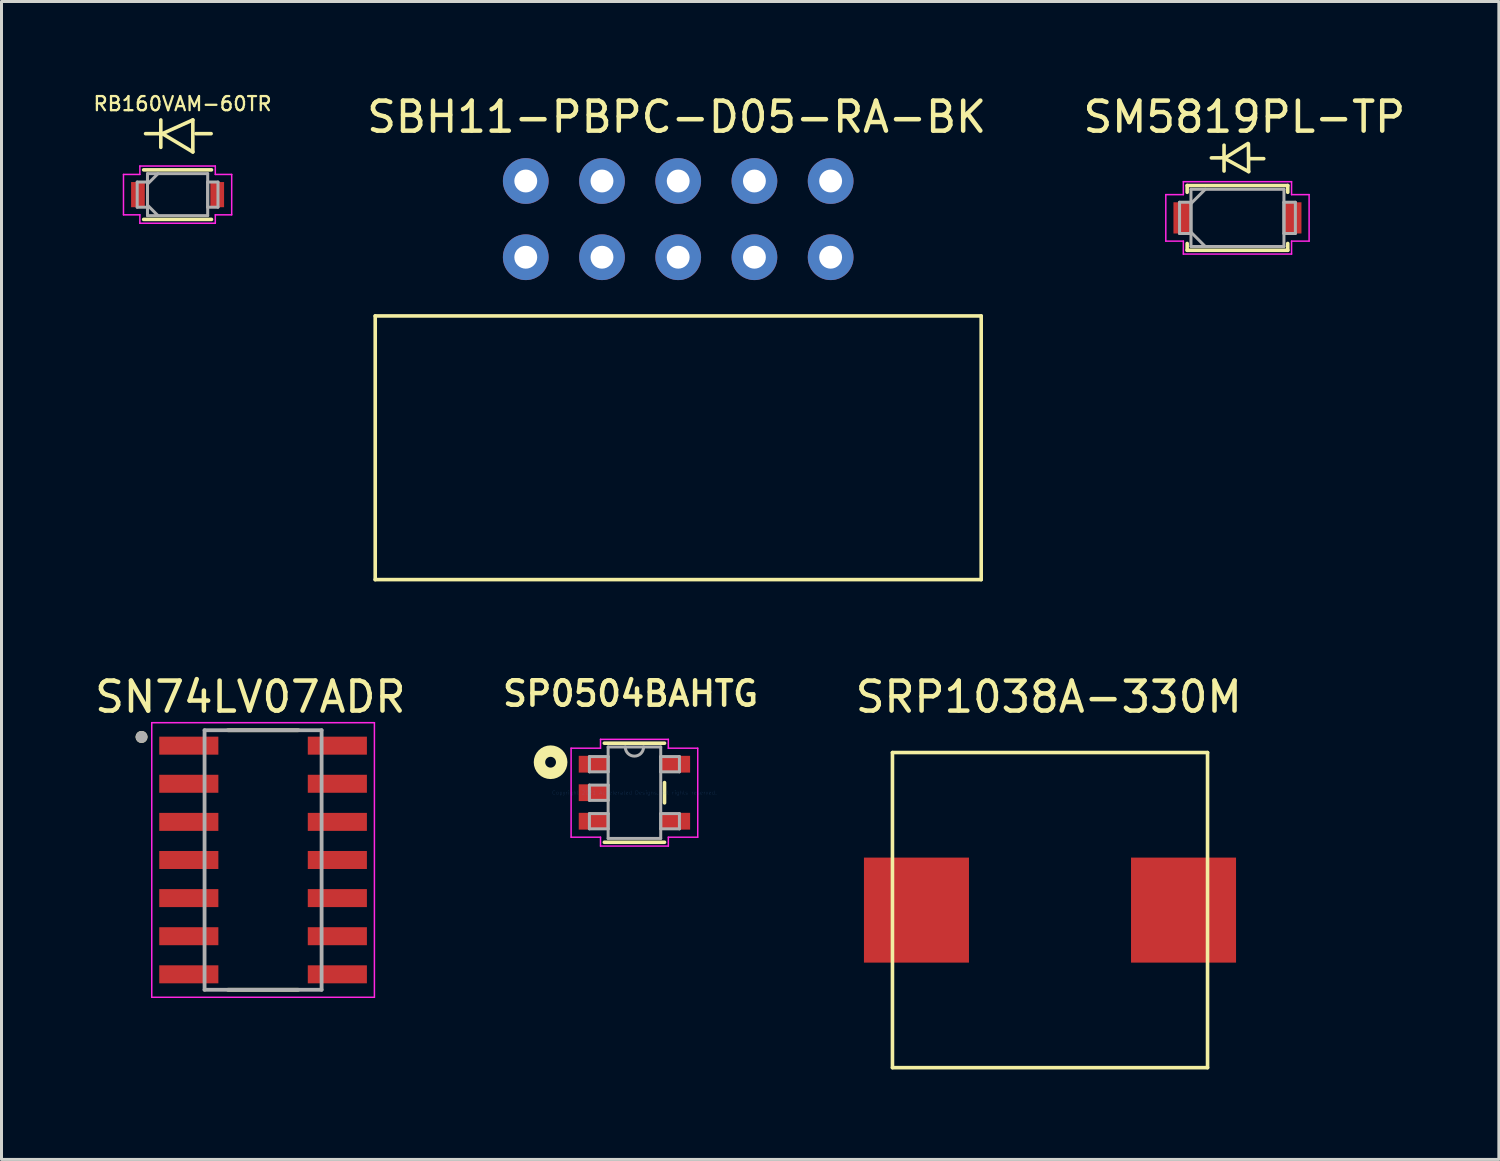
<source format=kicad_pcb>
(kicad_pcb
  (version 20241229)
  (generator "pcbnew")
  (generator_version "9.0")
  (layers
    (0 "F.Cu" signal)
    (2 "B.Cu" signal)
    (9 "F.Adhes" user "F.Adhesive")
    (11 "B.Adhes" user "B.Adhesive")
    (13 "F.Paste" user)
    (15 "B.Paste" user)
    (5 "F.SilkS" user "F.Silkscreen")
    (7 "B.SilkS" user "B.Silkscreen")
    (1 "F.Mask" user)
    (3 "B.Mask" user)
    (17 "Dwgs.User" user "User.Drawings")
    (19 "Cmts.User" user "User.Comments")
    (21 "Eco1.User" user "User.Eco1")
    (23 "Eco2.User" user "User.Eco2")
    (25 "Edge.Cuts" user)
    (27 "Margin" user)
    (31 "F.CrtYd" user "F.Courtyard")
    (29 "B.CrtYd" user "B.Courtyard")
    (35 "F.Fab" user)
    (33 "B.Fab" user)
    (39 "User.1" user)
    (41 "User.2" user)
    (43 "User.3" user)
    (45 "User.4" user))
  (footprint "RB160VAM-60TR"
    (layer "F.Cu")
    (at 2.868 3.436)
    (property "Reference" "RB160VAM-60TR" (at 0.165 -3.028 0) (layer "F.SilkS") (effects (font (size 0.47 0.47) (thickness 0.076))))
    (attr through_hole)
    (fp_line (start -1.13 0.826) (end 1.13 0.826) (stroke (width 0.12) (type solid)) (layer "F.SilkS"))
    (fp_line (start -0.559 -2.489) (end -0.559 -1.575) (stroke (width 0.12) (type solid)) (layer "F.SilkS"))
    (fp_line (start -0.508 -2.032) (end -1.067 -2.032) (stroke (width 0.12) (type solid)) (layer "F.SilkS"))
    (fp_line (start -0.508 -2.032) (end 0.508 -2.489) (stroke (width 0.12) (type solid)) (layer "F.SilkS"))
    (fp_line (start 0.508 -2.489) (end 0.508 -1.422) (stroke (width 0.12) (type solid)) (layer "F.SilkS"))
    (fp_line (start 0.508 -1.422) (end -0.508 -2.032) (stroke (width 0.12) (type solid)) (layer "F.SilkS"))
    (fp_line (start 0.61 -2.032) (end 1.118 -2.032) (stroke (width 0.12) (type solid)) (layer "F.SilkS"))
    (fp_line (start 1.13 -0.826) (end -1.13 -0.826) (stroke (width 0.12) (type solid)) (layer "F.SilkS"))
    (fp_line (start -1.803 -0.673) (end -1.257 -0.673) (stroke (width 0.05) (type solid)) (layer "F.CrtYd"))
    (fp_line (start -1.803 0.673) (end -1.803 -0.673) (stroke (width 0.05) (type solid)) (layer "F.CrtYd"))
    (fp_line (start -1.257 -0.953) (end 1.257 -0.953) (stroke (width 0.05) (type solid)) (layer "F.CrtYd"))
    (fp_line (start -1.257 -0.673) (end -1.257 -0.953) (stroke (width 0.05) (type solid)) (layer "F.CrtYd"))
    (fp_line (start -1.257 0.673) (end -1.803 0.673) (stroke (width 0.05) (type solid)) (layer "F.CrtYd"))
    (fp_line (start -1.257 0.953) (end -1.257 0.673) (stroke (width 0.05) (type solid)) (layer "F.CrtYd"))
    (fp_line (start 1.257 -0.953) (end 1.257 -0.673) (stroke (width 0.05) (type solid)) (layer "F.CrtYd"))
    (fp_line (start 1.257 -0.673) (end 1.803 -0.673) (stroke (width 0.05) (type solid)) (layer "F.CrtYd"))
    (fp_line (start 1.257 0.673) (end 1.257 0.953) (stroke (width 0.05) (type solid)) (layer "F.CrtYd"))
    (fp_line (start 1.257 0.953) (end -1.257 0.953) (stroke (width 0.05) (type solid)) (layer "F.CrtYd"))
    (fp_line (start 1.803 -0.673) (end 1.803 0.673) (stroke (width 0.05) (type solid)) (layer "F.CrtYd"))
    (fp_line (start 1.803 0.673) (end 1.257 0.673) (stroke (width 0.05) (type solid)) (layer "F.CrtYd"))
    (fp_line (start -1.346 -0.419) (end -1.346 0.419) (stroke (width 0.1) (type solid)) (layer "F.Fab"))
    (fp_line (start -1.346 0.419) (end -1.003 0.419) (stroke (width 0.1) (type solid)) (layer "F.Fab"))
    (fp_line (start -1.003 -0.699) (end -1.003 0.699) (stroke (width 0.1) (type solid)) (layer "F.Fab"))
    (fp_line (start -1.003 -0.419) (end -1.346 -0.419) (stroke (width 0.1) (type solid)) (layer "F.Fab"))
    (fp_line (start -1.003 -0.349) (end -0.654 -0.699) (stroke (width 0.1) (type solid)) (layer "F.Fab"))
    (fp_line (start -1.003 0.349) (end -0.654 0.699) (stroke (width 0.1) (type solid)) (layer "F.Fab"))
    (fp_line (start -1.003 0.419) (end -1.003 -0.419) (stroke (width 0.1) (type solid)) (layer "F.Fab"))
    (fp_line (start -1.003 0.699) (end 1.003 0.699) (stroke (width 0.1) (type solid)) (layer "F.Fab"))
    (fp_line (start 1.003 -0.699) (end -1.003 -0.699) (stroke (width 0.1) (type solid)) (layer "F.Fab"))
    (fp_line (start 1.003 -0.419) (end 1.003 0.419) (stroke (width 0.1) (type solid)) (layer "F.Fab"))
    (fp_line (start 1.003 0.419) (end 1.346 0.419) (stroke (width 0.1) (type solid)) (layer "F.Fab"))
    (fp_line (start 1.003 0.699) (end 1.003 -0.699) (stroke (width 0.1) (type solid)) (layer "F.Fab"))
    (fp_line (start 1.346 -0.419) (end 1.003 -0.419) (stroke (width 0.1) (type solid)) (layer "F.Fab"))
    (fp_line (start 1.346 0.419) (end 1.346 -0.419) (stroke (width 0.1) (type solid)) (layer "F.Fab"))
    (pad "1" smd rect (at -1.321 0) (size 0.457 0.838) (layers "F.Cu" "F.Mask" "F.Paste"))
    (pad "2" smd rect (at 1.321 0) (size 0.457 0.838) (layers "F.Cu" "F.Mask" "F.Paste")))
  (footprint "SN74LV07ADR"
    (layer "F.Cu")
    (at 5.717 25.609)
    (property "Reference" "SN74LV07ADR" (at -0.425 -5.435 0) (layer "F.SilkS") (effects (font (size 1 1) (thickness 0.15))))
    (attr through_hole)
    (fp_line (start -1.17 -4.325) (end 1.17 -4.325) (stroke (width 0.127) (type solid)) (layer "F.SilkS"))
    (fp_line (start -1.17 4.325) (end 1.17 4.325) (stroke (width 0.127) (type solid)) (layer "F.SilkS"))
    (fp_circle (center -4.05 -4.1) (end -3.95 -4.1) (stroke (width 0.2) (type solid)) (fill no) (layer "F.SilkS"))
    (fp_line (start -3.71 -4.575) (end 3.71 -4.575) (stroke (width 0.05) (type solid)) (layer "F.CrtYd"))
    (fp_line (start -3.71 4.575) (end -3.71 -4.575) (stroke (width 0.05) (type solid)) (layer "F.CrtYd"))
    (fp_line (start 3.71 -4.575) (end 3.71 4.575) (stroke (width 0.05) (type solid)) (layer "F.CrtYd"))
    (fp_line (start 3.71 4.575) (end -3.71 4.575) (stroke (width 0.05) (type solid)) (layer "F.CrtYd"))
    (fp_line (start -1.95 -4.325) (end 1.95 -4.325) (stroke (width 0.127) (type solid)) (layer "F.Fab"))
    (fp_line (start -1.95 4.325) (end -1.95 -4.325) (stroke (width 0.127) (type solid)) (layer "F.Fab"))
    (fp_line (start 1.95 -4.325) (end 1.95 4.325) (stroke (width 0.127) (type solid)) (layer "F.Fab"))
    (fp_line (start 1.95 4.325) (end -1.95 4.325) (stroke (width 0.127) (type solid)) (layer "F.Fab"))
    (fp_circle (center -4.05 -4.1) (end -3.95 -4.1) (stroke (width 0.2) (type solid)) (fill no) (layer "F.Fab"))
    (pad "1" smd rect (at -2.475 -3.81) (size 1.97 0.6) (layers "F.Cu" "F.Mask" "F.Paste"))
    (pad "2" smd rect (at -2.475 -2.54) (size 1.97 0.6) (layers "F.Cu" "F.Mask" "F.Paste"))
    (pad "3" smd rect (at -2.475 -1.27) (size 1.97 0.6) (layers "F.Cu" "F.Mask" "F.Paste"))
    (pad "4" smd rect (at -2.475 0) (size 1.97 0.6) (layers "F.Cu" "F.Mask" "F.Paste"))
    (pad "5" smd rect (at -2.475 1.27) (size 1.97 0.6) (layers "F.Cu" "F.Mask" "F.Paste"))
    (pad "6" smd rect (at -2.475 2.54) (size 1.97 0.6) (layers "F.Cu" "F.Mask" "F.Paste"))
    (pad "7" smd rect (at -2.475 3.81) (size 1.97 0.6) (layers "F.Cu" "F.Mask" "F.Paste"))
    (pad "8" smd rect (at 2.475 3.81) (size 1.97 0.6) (layers "F.Cu" "F.Mask" "F.Paste"))
    (pad "9" smd rect (at 2.475 2.54) (size 1.97 0.6) (layers "F.Cu" "F.Mask" "F.Paste"))
    (pad "10" smd rect (at 2.475 1.27) (size 1.97 0.6) (layers "F.Cu" "F.Mask" "F.Paste"))
    (pad "11" smd rect (at 2.475 0) (size 1.97 0.6) (layers "F.Cu" "F.Mask" "F.Paste"))
    (pad "12" smd rect (at 2.475 -1.27) (size 1.97 0.6) (layers "F.Cu" "F.Mask" "F.Paste"))
    (pad "13" smd rect (at 2.475 -2.54) (size 1.97 0.6) (layers "F.Cu" "F.Mask" "F.Paste"))
    (pad "14" smd rect (at 2.475 -3.81) (size 1.97 0.6) (layers "F.Cu" "F.Mask" "F.Paste")))
  (footprint "SRP1038A-330M"
    (layer "F.Cu")
    (at 31.941 27.279)
    (property "Reference" "SRP1038A-330M" (at -0.041 -7.104 0) (layer "F.SilkS") (effects (font (size 1 1) (thickness 0.15))))
    (attr smd)
    (fp_line (start -5.25 -5.25) (end 5.25 -5.25) (stroke (width 0.12) (type solid)) (layer "F.SilkS"))
    (fp_line (start -5.25 5.25) (end -5.25 -5.25) (stroke (width 0.12) (type solid)) (layer "F.SilkS"))
    (fp_line (start 5.25 -5.25) (end 5.25 5.25) (stroke (width 0.12) (type solid)) (layer "F.SilkS"))
    (fp_line (start 5.25 5.25) (end -5.25 5.25) (stroke (width 0.12) (type solid)) (layer "F.SilkS"))
    (pad "1" smd rect (at 4.45 0) (size 3.5 3.5) (layers "F.Cu" "F.Mask" "F.Paste"))
    (pad "2" smd rect (at -4.45 0) (size 3.5 3.5) (layers "F.Cu" "F.Mask" "F.Paste")))
  (footprint "SM5819PL-TP"
    (layer "F.Cu")
    (at 38.188 4.211)
    (property "Reference" "SM5819PL-TP" (at 0.229 -3.363 0) (layer "F.SilkS") (effects (font (size 1 1) (thickness 0.15))))
    (attr through_hole)
    (fp_line (start -1.676 -1.079) (end -1.676 -0.853) (stroke (width 0.12) (type solid)) (layer "F.SilkS"))
    (fp_line (start -1.676 0.853) (end -1.676 1.079) (stroke (width 0.12) (type solid)) (layer "F.SilkS"))
    (fp_line (start -1.676 1.079) (end 1.676 1.079) (stroke (width 0.12) (type solid)) (layer "F.SilkS"))
    (fp_line (start -0.447 -1.562) (end -0.447 -2.423) (stroke (width 0.12) (type solid)) (layer "F.SilkS"))
    (fp_line (start -0.439 -2.002) (end -0.869 -1.999) (stroke (width 0.12) (type solid)) (layer "F.SilkS"))
    (fp_line (start -0.434 -1.986) (end 0.351 -2.479) (stroke (width 0.12) (type solid)) (layer "F.SilkS"))
    (fp_line (start 0.366 -2.459) (end 0.373 -1.542) (stroke (width 0.12) (type solid)) (layer "F.SilkS"))
    (fp_line (start 0.373 -1.542) (end -0.434 -1.986) (stroke (width 0.12) (type solid)) (layer "F.SilkS"))
    (fp_line (start 0.401 -1.974) (end 0.876 -1.974) (stroke (width 0.12) (type solid)) (layer "F.SilkS"))
    (fp_line (start 1.676 -1.079) (end -1.676 -1.079) (stroke (width 0.12) (type solid)) (layer "F.SilkS"))
    (fp_line (start 1.676 -0.853) (end 1.676 -1.079) (stroke (width 0.12) (type solid)) (layer "F.SilkS"))
    (fp_line (start 1.676 1.079) (end 1.676 0.853) (stroke (width 0.12) (type solid)) (layer "F.SilkS"))
    (fp_line (start -2.388 -0.775) (end -1.803 -0.775) (stroke (width 0.05) (type solid)) (layer "F.CrtYd"))
    (fp_line (start -2.388 0.775) (end -2.388 -0.775) (stroke (width 0.05) (type solid)) (layer "F.CrtYd"))
    (fp_line (start -1.803 -1.206) (end 1.803 -1.206) (stroke (width 0.05) (type solid)) (layer "F.CrtYd"))
    (fp_line (start -1.803 -0.775) (end -1.803 -1.206) (stroke (width 0.05) (type solid)) (layer "F.CrtYd"))
    (fp_line (start -1.803 0.775) (end -2.388 0.775) (stroke (width 0.05) (type solid)) (layer "F.CrtYd"))
    (fp_line (start -1.803 1.206) (end -1.803 0.775) (stroke (width 0.05) (type solid)) (layer "F.CrtYd"))
    (fp_line (start 1.803 -1.206) (end 1.803 -0.775) (stroke (width 0.05) (type solid)) (layer "F.CrtYd"))
    (fp_line (start 1.803 -0.775) (end 2.388 -0.775) (stroke (width 0.05) (type solid)) (layer "F.CrtYd"))
    (fp_line (start 1.803 0.775) (end 1.803 1.206) (stroke (width 0.05) (type solid)) (layer "F.CrtYd"))
    (fp_line (start 1.803 1.206) (end -1.803 1.206) (stroke (width 0.05) (type solid)) (layer "F.CrtYd"))
    (fp_line (start 2.388 -0.775) (end 2.388 0.775) (stroke (width 0.05) (type solid)) (layer "F.CrtYd"))
    (fp_line (start 2.388 0.775) (end 1.803 0.775) (stroke (width 0.05) (type solid)) (layer "F.CrtYd"))
    (fp_line (start -1.93 -0.521) (end -1.93 0.521) (stroke (width 0.1) (type solid)) (layer "F.Fab"))
    (fp_line (start -1.93 0.521) (end -1.549 0.521) (stroke (width 0.1) (type solid)) (layer "F.Fab"))
    (fp_line (start -1.549 -0.953) (end -1.549 0.953) (stroke (width 0.1) (type solid)) (layer "F.Fab"))
    (fp_line (start -1.549 -0.521) (end -1.93 -0.521) (stroke (width 0.1) (type solid)) (layer "F.Fab"))
    (fp_line (start -1.549 -0.476) (end -1.073 -0.953) (stroke (width 0.1) (type solid)) (layer "F.Fab"))
    (fp_line (start -1.549 0.476) (end -1.073 0.953) (stroke (width 0.1) (type solid)) (layer "F.Fab"))
    (fp_line (start -1.549 0.521) (end -1.549 -0.521) (stroke (width 0.1) (type solid)) (layer "F.Fab"))
    (fp_line (start -1.549 0.953) (end 1.549 0.953) (stroke (width 0.1) (type solid)) (layer "F.Fab"))
    (fp_line (start 1.549 -0.953) (end -1.549 -0.953) (stroke (width 0.1) (type solid)) (layer "F.Fab"))
    (fp_line (start 1.549 -0.521) (end 1.549 0.521) (stroke (width 0.1) (type solid)) (layer "F.Fab"))
    (fp_line (start 1.549 0.521) (end 1.93 0.521) (stroke (width 0.1) (type solid)) (layer "F.Fab"))
    (fp_line (start 1.549 0.953) (end 1.549 -0.953) (stroke (width 0.1) (type solid)) (layer "F.Fab"))
    (fp_line (start 1.93 -0.521) (end 1.549 -0.521) (stroke (width 0.1) (type solid)) (layer "F.Fab"))
    (fp_line (start 1.93 0.521) (end 1.93 -0.521) (stroke (width 0.1) (type solid)) (layer "F.Fab"))
    (pad "1" smd rect (at -1.841 0) (size 0.584 1.041) (layers "F.Cu" "F.Mask" "F.Paste"))
    (pad "2" smd rect (at 1.841 0) (size 0.584 1.041) (layers "F.Cu" "F.Mask" "F.Paste")))
  (footprint "SBH11-PBPC-D05-RA-BK"
    (layer "F.Cu")
    (at 19.551 4.252)
    (property "Reference" "SBH11-PBPC-D05-RA-BK" (at -0.051 -3.404 0) (layer "F.SilkS") (effects (font (size 1 1) (thickness 0.15))))
    (attr through_hole)
    (fp_line (start -10.097 3.226) (end -10.097 12.014) (stroke (width 0.12) (type solid)) (layer "F.SilkS"))
    (fp_line (start -10.097 3.226) (end 10.097 3.226) (stroke (width 0.12) (type solid)) (layer "F.SilkS"))
    (fp_line (start -10.097 12.014) (end 10.097 12.014) (stroke (width 0.12) (type solid)) (layer "F.SilkS"))
    (fp_line (start 10.097 3.226) (end 10.097 12.014) (stroke (width 0.12) (type solid)) (layer "F.SilkS"))
    (pad "A1" thru_hole circle (at -5.08 -1.27) (size 1.524 1.524) (drill 0.762) (layers "*.Cu" "*.Mask"))
    (pad "A2" thru_hole circle (at -2.54 -1.27) (size 1.524 1.524) (drill 0.762) (layers "*.Cu" "*.Mask"))
    (pad "A3" thru_hole circle (at 0 -1.27) (size 1.524 1.524) (drill 0.762) (layers "*.Cu" "*.Mask"))
    (pad "A4" thru_hole circle (at 2.54 -1.27) (size 1.524 1.524) (drill 0.762) (layers "*.Cu" "*.Mask"))
    (pad "A5" thru_hole circle (at 5.08 -1.27) (size 1.524 1.524) (drill 0.762) (layers "*.Cu" "*.Mask"))
    (pad "B1" thru_hole circle (at -5.08 1.27) (size 1.524 1.524) (drill 0.762) (layers "*.Cu" "*.Mask"))
    (pad "B2" thru_hole circle (at -2.54 1.27) (size 1.524 1.524) (drill 0.762) (layers "*.Cu" "*.Mask"))
    (pad "B3" thru_hole circle (at 0 1.27) (size 1.524 1.524) (drill 0.762) (layers "*.Cu" "*.Mask"))
    (pad "B4" thru_hole circle (at 2.54 1.27) (size 1.524 1.524) (drill 0.762) (layers "*.Cu" "*.Mask"))
    (pad "B5" thru_hole circle (at 5.08 1.27) (size 1.524 1.524) (drill 0.762) (layers "*.Cu" "*.Mask")))
  (footprint "SP0504BAHTG"
    (layer "F.Cu")
    (at 18.092 23.367)
    (property "Reference" "SP0504BAHTG" (at -0.127 -3.302 0) (layer "F.SilkS") (effects (font (size 0.813 0.813) (thickness 0.15))))
    (attr through_hole)
    (fp_line (start -1.003 1.651) (end 1.003 1.651) (stroke (width 0.12) (type solid)) (layer "F.SilkS"))
    (fp_line (start 1.003 -1.651) (end -1.003 -1.651) (stroke (width 0.12) (type solid)) (layer "F.SilkS"))
    (fp_line (start 1.003 0.338) (end 1.003 -0.338) (stroke (width 0.12) (type solid)) (layer "F.SilkS"))
    (fp_circle (center -2.794 -1.016) (end -2.614 -1.016) (stroke (width 0.381) (type solid)) (fill no) (layer "F.SilkS"))
    (fp_line (start -2.11 -1.483) (end -1.13 -1.483) (stroke (width 0.05) (type solid)) (layer "F.CrtYd"))
    (fp_line (start -2.11 1.483) (end -2.11 -1.483) (stroke (width 0.05) (type solid)) (layer "F.CrtYd"))
    (fp_line (start -1.13 -1.778) (end 1.13 -1.778) (stroke (width 0.05) (type solid)) (layer "F.CrtYd"))
    (fp_line (start -1.13 -1.483) (end -1.13 -1.778) (stroke (width 0.05) (type solid)) (layer "F.CrtYd"))
    (fp_line (start -1.13 1.483) (end -2.11 1.483) (stroke (width 0.05) (type solid)) (layer "F.CrtYd"))
    (fp_line (start -1.13 1.778) (end -1.13 1.483) (stroke (width 0.05) (type solid)) (layer "F.CrtYd"))
    (fp_line (start 1.13 -1.778) (end 1.13 -1.483) (stroke (width 0.05) (type solid)) (layer "F.CrtYd"))
    (fp_line (start 1.13 -1.483) (end 2.11 -1.483) (stroke (width 0.05) (type solid)) (layer "F.CrtYd"))
    (fp_line (start 1.13 1.483) (end 1.13 1.778) (stroke (width 0.05) (type solid)) (layer "F.CrtYd"))
    (fp_line (start 1.13 1.778) (end -1.13 1.778) (stroke (width 0.05) (type solid)) (layer "F.CrtYd"))
    (fp_line (start 2.11 -1.483) (end 2.11 1.483) (stroke (width 0.05) (type solid)) (layer "F.CrtYd"))
    (fp_line (start 2.11 1.483) (end 1.13 1.483) (stroke (width 0.05) (type solid)) (layer "F.CrtYd"))
    (fp_line (start -1.5 -1.204) (end -1.5 -0.696) (stroke (width 0.1) (type solid)) (layer "F.Fab"))
    (fp_line (start -1.5 -0.696) (end -0.876 -0.696) (stroke (width 0.1) (type solid)) (layer "F.Fab"))
    (fp_line (start -1.5 -0.254) (end -1.5 0.254) (stroke (width 0.1) (type solid)) (layer "F.Fab"))
    (fp_line (start -1.5 0.254) (end -0.876 0.254) (stroke (width 0.1) (type solid)) (layer "F.Fab"))
    (fp_line (start -1.5 0.696) (end -1.5 1.204) (stroke (width 0.1) (type solid)) (layer "F.Fab"))
    (fp_line (start -1.5 1.204) (end -0.876 1.204) (stroke (width 0.1) (type solid)) (layer "F.Fab"))
    (fp_line (start -0.876 -1.524) (end -0.876 1.524) (stroke (width 0.1) (type solid)) (layer "F.Fab"))
    (fp_line (start -0.876 -1.204) (end -1.5 -1.204) (stroke (width 0.1) (type solid)) (layer "F.Fab"))
    (fp_line (start -0.876 -0.696) (end -0.876 -1.204) (stroke (width 0.1) (type solid)) (layer "F.Fab"))
    (fp_line (start -0.876 -0.254) (end -1.5 -0.254) (stroke (width 0.1) (type solid)) (layer "F.Fab"))
    (fp_line (start -0.876 0.254) (end -0.876 -0.254) (stroke (width 0.1) (type solid)) (layer "F.Fab"))
    (fp_line (start -0.876 0.696) (end -1.5 0.696) (stroke (width 0.1) (type solid)) (layer "F.Fab"))
    (fp_line (start -0.876 1.204) (end -0.876 0.696) (stroke (width 0.1) (type solid)) (layer "F.Fab"))
    (fp_line (start -0.876 1.524) (end 0.876 1.524) (stroke (width 0.1) (type solid)) (layer "F.Fab"))
    (fp_line (start 0.876 -1.524) (end -0.876 -1.524) (stroke (width 0.1) (type solid)) (layer "F.Fab"))
    (fp_line (start 0.876 -1.204) (end 0.876 -0.696) (stroke (width 0.1) (type solid)) (layer "F.Fab"))
    (fp_line (start 0.876 -0.696) (end 1.5 -0.696) (stroke (width 0.1) (type solid)) (layer "F.Fab"))
    (fp_line (start 0.876 0.696) (end 0.876 1.204) (stroke (width 0.1) (type solid)) (layer "F.Fab"))
    (fp_line (start 0.876 1.204) (end 1.5 1.204) (stroke (width 0.1) (type solid)) (layer "F.Fab"))
    (fp_line (start 0.876 1.524) (end 0.876 -1.524) (stroke (width 0.1) (type solid)) (layer "F.Fab"))
    (fp_line (start 1.5 -1.204) (end 0.876 -1.204) (stroke (width 0.1) (type solid)) (layer "F.Fab"))
    (fp_line (start 1.5 -0.696) (end 1.5 -1.204) (stroke (width 0.1) (type solid)) (layer "F.Fab"))
    (fp_line (start 1.5 0.696) (end 0.876 0.696) (stroke (width 0.1) (type solid)) (layer "F.Fab"))
    (fp_line (start 1.5 1.204) (end 1.5 0.696) (stroke (width 0.1) (type solid)) (layer "F.Fab"))
    (fp_arc (start 0.3048 -1.524) (mid 0 -1.2192) (end -0.3048 -1.524) (stroke (width 0.1) (type solid)) (layer "F.Fab"))
    (fp_text user "Copyright 2021 Accelerated Designs. All rights reserved." (at 0 0 0) (layer "Cmts.User") (effects (font (size 0.127 0.127) (thickness 0.002))))
    (pad "1" smd rect (at -1.366 -0.95) (size 0.979 0.559) (layers "F.Cu" "F.Mask" "F.Paste"))
    (pad "2" smd rect (at -1.366 0) (size 0.979 0.559) (layers "F.Cu" "F.Mask" "F.Paste"))
    (pad "3" smd rect (at -1.366 0.95) (size 0.979 0.559) (layers "F.Cu" "F.Mask" "F.Paste"))
    (pad "4" smd rect (at 1.366 0.95) (size 0.979 0.559) (layers "F.Cu" "F.Mask" "F.Paste"))
    (pad "5" smd rect (at 1.366 -0.95) (size 0.979 0.559) (layers "F.Cu" "F.Mask" "F.Paste")))
  (gr_rect
    (start -3 -3)
    (end 46.899 35.589)
    (stroke (width 0.1) (type default))
    (fill no)
    (layer "Edge.Cuts")))
</source>
